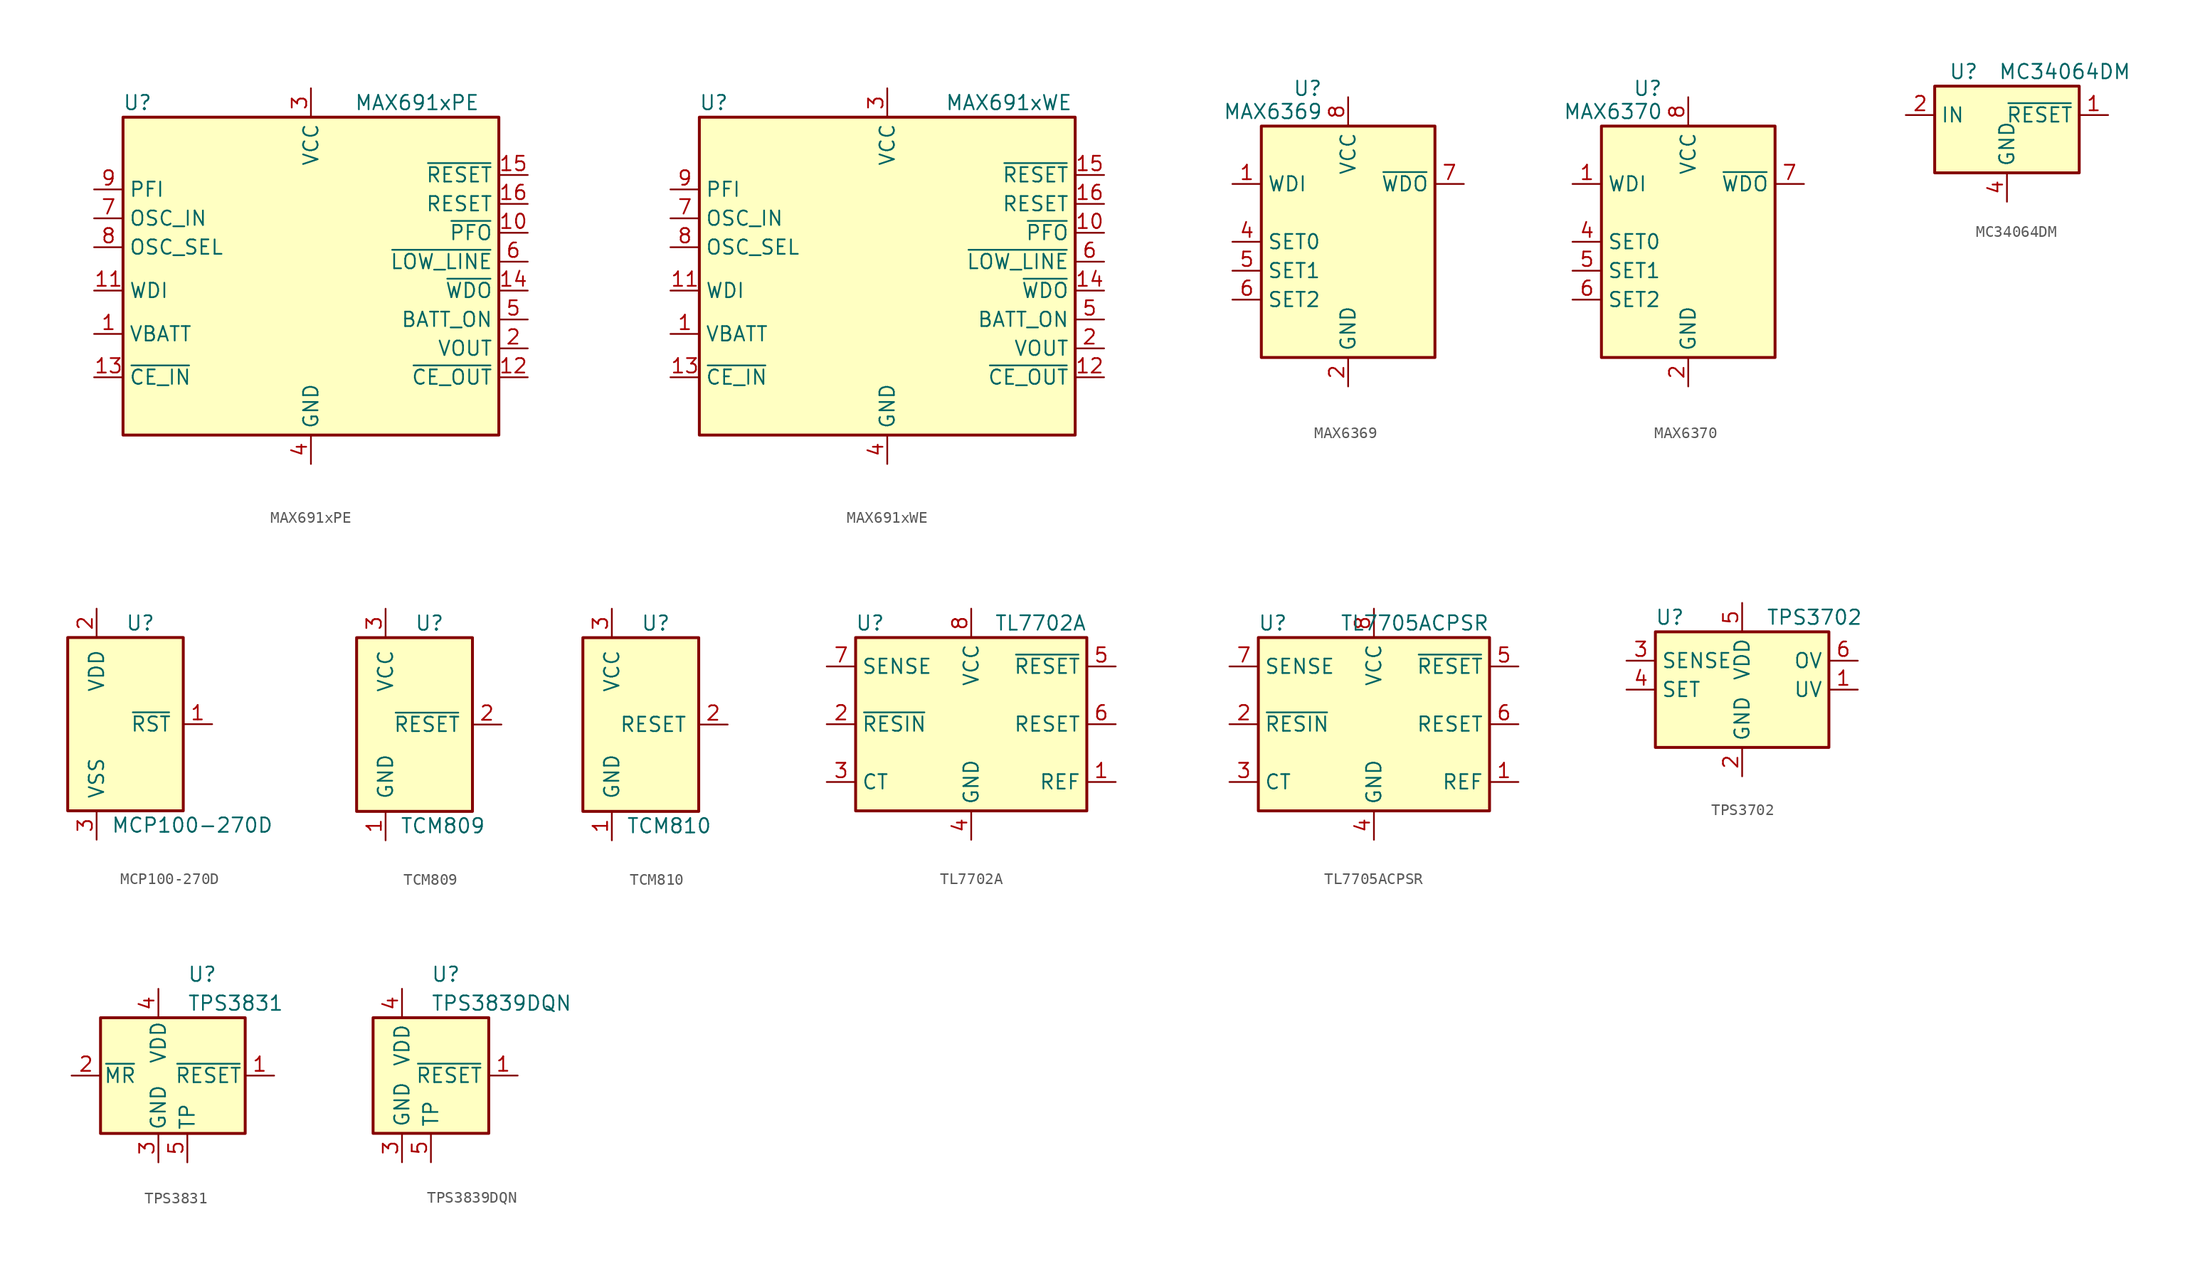
<source format=kicad_sym>
(kicad_symbol_lib
  (version 20201005)
  (generator kicad_symbol_editor)
  (symbol "MAX691xPE"
    (property "Reference" "U"
      (at -15.24 13.97 0)
      (effects (font (size 1.27 1.27))))
    (property "Value" "MAX691xPE"
      (at 3.81 13.97 0)
      (effects (font (size 1.27 1.27)) (justify left)))
    (symbol "MAX691xPE_0_1"
      (rectangle (start 16.51 12.7) (end -16.51 -15.24) (stroke (width 0.254)) (fill (type background))))
    (symbol "MAX691xPE_1_1"
      (pin power_in line (at -19.05 -6.35 0) (length 2.54) (name "VBATT" (effects (font (size 1.27 1.27)))) (number "1" (effects (font (size 1.27 1.27)))))
      (pin output line (at 19.05 2.54 180) (length 2.54) (name "~PFO" (effects (font (size 1.27 1.27)))) (number "10" (effects (font (size 1.27 1.27)))))
      (pin input line (at -19.05 -2.54 0) (length 2.54) (name "WDI" (effects (font (size 1.27 1.27)))) (number "11" (effects (font (size 1.27 1.27)))))
      (pin output line (at 19.05 -10.16 180) (length 2.54) (name "~CE_OUT" (effects (font (size 1.27 1.27)))) (number "12" (effects (font (size 1.27 1.27)))))
      (pin input line (at -19.05 -10.16 0) (length 2.54) (name "~CE_IN" (effects (font (size 1.27 1.27)))) (number "13" (effects (font (size 1.27 1.27)))))
      (pin output line (at 19.05 -2.54 180) (length 2.54) (name "~WDO" (effects (font (size 1.27 1.27)))) (number "14" (effects (font (size 1.27 1.27)))))
      (pin output line (at 19.05 7.62 180) (length 2.54) (name "~RESET" (effects (font (size 1.27 1.27)))) (number "15" (effects (font (size 1.27 1.27)))))
      (pin output line (at 19.05 5.08 180) (length 2.54) (name "RESET" (effects (font (size 1.27 1.27)))) (number "16" (effects (font (size 1.27 1.27)))))
      (pin power_out line (at 19.05 -7.62 180) (length 2.54) (name "VOUT" (effects (font (size 1.27 1.27)))) (number "2" (effects (font (size 1.27 1.27)))))
      (pin power_in line (at 0 15.24 270) (length 2.54) (name "VCC" (effects (font (size 1.27 1.27)))) (number "3" (effects (font (size 1.27 1.27)))))
      (pin power_in line (at 0 -17.78 90) (length 2.54) (name "GND" (effects (font (size 1.27 1.27)))) (number "4" (effects (font (size 1.27 1.27)))))
      (pin output line (at 19.05 -5.08 180) (length 2.54) (name "BATT_ON" (effects (font (size 1.27 1.27)))) (number "5" (effects (font (size 1.27 1.27)))))
      (pin output line (at 19.05 0 180) (length 2.54) (name "~LOW_LINE" (effects (font (size 1.27 1.27)))) (number "6" (effects (font (size 1.27 1.27)))))
      (pin input line (at -19.05 3.81 0) (length 2.54) (name "OSC_IN" (effects (font (size 1.27 1.27)))) (number "7" (effects (font (size 1.27 1.27)))))
      (pin input line (at -19.05 1.27 0) (length 2.54) (name "OSC_SEL" (effects (font (size 1.27 1.27)))) (number "8" (effects (font (size 1.27 1.27)))))
      (pin input line (at -19.05 6.35 0) (length 2.54) (name "PFI" (effects (font (size 1.27 1.27)))) (number "9" (effects (font (size 1.27 1.27)))))))
  (symbol "MAX691xWE"
    (property "Reference" "U"
      (at -15.24 13.97 0)
      (effects (font (size 1.27 1.27))))
    (property "Value" "MAX691xWE"
      (at 5.08 13.97 0)
      (effects (font (size 1.27 1.27)) (justify left)))
    (symbol "MAX691xWE_0_1"
      (rectangle (start 16.51 12.7) (end -16.51 -15.24) (stroke (width 0.254)) (fill (type background))))
    (symbol "MAX691xWE_1_1"
      (pin power_in line (at -19.05 -6.35 0) (length 2.54) (name "VBATT" (effects (font (size 1.27 1.27)))) (number "1" (effects (font (size 1.27 1.27)))))
      (pin output line (at 19.05 2.54 180) (length 2.54) (name "~PFO" (effects (font (size 1.27 1.27)))) (number "10" (effects (font (size 1.27 1.27)))))
      (pin input line (at -19.05 -2.54 0) (length 2.54) (name "WDI" (effects (font (size 1.27 1.27)))) (number "11" (effects (font (size 1.27 1.27)))))
      (pin output line (at 19.05 -10.16 180) (length 2.54) (name "~CE_OUT" (effects (font (size 1.27 1.27)))) (number "12" (effects (font (size 1.27 1.27)))))
      (pin input line (at -19.05 -10.16 0) (length 2.54) (name "~CE_IN" (effects (font (size 1.27 1.27)))) (number "13" (effects (font (size 1.27 1.27)))))
      (pin output line (at 19.05 -2.54 180) (length 2.54) (name "~WDO" (effects (font (size 1.27 1.27)))) (number "14" (effects (font (size 1.27 1.27)))))
      (pin output line (at 19.05 7.62 180) (length 2.54) (name "~RESET" (effects (font (size 1.27 1.27)))) (number "15" (effects (font (size 1.27 1.27)))))
      (pin output line (at 19.05 5.08 180) (length 2.54) (name "RESET" (effects (font (size 1.27 1.27)))) (number "16" (effects (font (size 1.27 1.27)))))
      (pin power_out line (at 19.05 -7.62 180) (length 2.54) (name "VOUT" (effects (font (size 1.27 1.27)))) (number "2" (effects (font (size 1.27 1.27)))))
      (pin power_in line (at 0 15.24 270) (length 2.54) (name "VCC" (effects (font (size 1.27 1.27)))) (number "3" (effects (font (size 1.27 1.27)))))
      (pin power_in line (at 0 -17.78 90) (length 2.54) (name "GND" (effects (font (size 1.27 1.27)))) (number "4" (effects (font (size 1.27 1.27)))))
      (pin output line (at 19.05 -5.08 180) (length 2.54) (name "BATT_ON" (effects (font (size 1.27 1.27)))) (number "5" (effects (font (size 1.27 1.27)))))
      (pin output line (at 19.05 0 180) (length 2.54) (name "~LOW_LINE" (effects (font (size 1.27 1.27)))) (number "6" (effects (font (size 1.27 1.27)))))
      (pin input line (at -19.05 3.81 0) (length 2.54) (name "OSC_IN" (effects (font (size 1.27 1.27)))) (number "7" (effects (font (size 1.27 1.27)))))
      (pin input line (at -19.05 1.27 0) (length 2.54) (name "OSC_SEL" (effects (font (size 1.27 1.27)))) (number "8" (effects (font (size 1.27 1.27)))))
      (pin input line (at -19.05 6.35 0) (length 2.54) (name "PFI" (effects (font (size 1.27 1.27)))) (number "9" (effects (font (size 1.27 1.27)))))))
  (symbol "MAX6369"
    (property "Reference" "U"
      (at -3.556 13.462 0)
      (effects (font (size 1.27 1.27))))
    (property "Value" "MAX6369"
      (at -6.604 11.43 0)
      (effects (font (size 1.27 1.27))))
    (symbol "MAX6369_0_1"
      (rectangle (start -7.62 10.16) (end 7.62 -10.16) (stroke (width 0.254)) (fill (type background))))
    (symbol "MAX6369_1_1"
      (pin input line (at -10.16 5.08 0) (length 2.54) (name "WDI" (effects (font (size 1.27 1.27)))) (number "1" (effects (font (size 1.27 1.27)))))
      (pin power_in line (at 0 -12.7 90) (length 2.54) (name "GND" (effects (font (size 1.27 1.27)))) (number "2" (effects (font (size 1.27 1.27)))))
      (pin no_connect line (at 7.62 -5.08 180) (length 2.54) hide (name "NC" (effects (font (size 1.27 1.27)))) (number "3" (effects (font (size 1.27 1.27)))))
      (pin input line (at -10.16 0 0) (length 2.54) (name "SET0" (effects (font (size 1.27 1.27)))) (number "4" (effects (font (size 1.27 1.27)))))
      (pin input line (at -10.16 -2.54 0) (length 2.54) (name "SET1" (effects (font (size 1.27 1.27)))) (number "5" (effects (font (size 1.27 1.27)))))
      (pin input line (at -10.16 -5.08 0) (length 2.54) (name "SET2" (effects (font (size 1.27 1.27)))) (number "6" (effects (font (size 1.27 1.27)))))
      (pin open_collector line (at 10.16 5.08 180) (length 2.54) (name "~WDO" (effects (font (size 1.27 1.27)))) (number "7" (effects (font (size 1.27 1.27)))))
      (pin power_in line (at 0 12.7 270) (length 2.54) (name "VCC" (effects (font (size 1.27 1.27)))) (number "8" (effects (font (size 1.27 1.27)))))))
  (symbol "MAX6370"
    (property "Reference" "U"
      (at -3.556 13.462 0)
      (effects (font (size 1.27 1.27))))
    (property "Value" "MAX6370"
      (at -6.604 11.43 0)
      (effects (font (size 1.27 1.27))))
    (symbol "MAX6370_0_1"
      (rectangle (start -7.62 10.16) (end 7.62 -10.16) (stroke (width 0.254)) (fill (type background))))
    (symbol "MAX6370_1_1"
      (pin input line (at -10.16 5.08 0) (length 2.54) (name "WDI" (effects (font (size 1.27 1.27)))) (number "1" (effects (font (size 1.27 1.27)))))
      (pin power_in line (at 0 -12.7 90) (length 2.54) (name "GND" (effects (font (size 1.27 1.27)))) (number "2" (effects (font (size 1.27 1.27)))))
      (pin no_connect line (at 7.62 -5.08 180) (length 2.54) hide (name "NC" (effects (font (size 1.27 1.27)))) (number "3" (effects (font (size 1.27 1.27)))))
      (pin input line (at -10.16 0 0) (length 2.54) (name "SET0" (effects (font (size 1.27 1.27)))) (number "4" (effects (font (size 1.27 1.27)))))
      (pin input line (at -10.16 -2.54 0) (length 2.54) (name "SET1" (effects (font (size 1.27 1.27)))) (number "5" (effects (font (size 1.27 1.27)))))
      (pin input line (at -10.16 -5.08 0) (length 2.54) (name "SET2" (effects (font (size 1.27 1.27)))) (number "6" (effects (font (size 1.27 1.27)))))
      (pin output line (at 10.16 5.08 180) (length 2.54) (name "~WDO" (effects (font (size 1.27 1.27)))) (number "7" (effects (font (size 1.27 1.27)))))
      (pin power_in line (at 0 12.7 270) (length 2.54) (name "VCC" (effects (font (size 1.27 1.27)))) (number "8" (effects (font (size 1.27 1.27)))))))
  (symbol "MC34064DM"
    (property "Reference" "U"
      (at -3.81 5.08 0)
      (effects (font (size 1.27 1.27))))
    (property "Value" "MC34064DM"
      (at 5.08 5.08 0)
      (effects (font (size 1.27 1.27))))
    (symbol "MC34064DM_0_1"
      (rectangle (start -6.35 -3.81) (end 6.35 3.81) (stroke (width 0.254)) (fill (type background))))
    (symbol "MC34064DM_1_1"
      (pin open_collector line (at 8.89 1.27 180) (length 2.54) (name "~RESET" (effects (font (size 1.27 1.27)))) (number "1" (effects (font (size 1.27 1.27)))))
      (pin input line (at -8.89 1.27 0) (length 2.54) (name "IN" (effects (font (size 1.27 1.27)))) (number "2" (effects (font (size 1.27 1.27)))))
      (pin no_connect line (at 6.35 -2.54 180) (length 2.54) hide (name "NC" (effects (font (size 1.27 1.27)))) (number "3" (effects (font (size 1.27 1.27)))))
      (pin power_in line (at 0 -6.35 90) (length 2.54) (name "GND" (effects (font (size 1.27 1.27)))) (number "4" (effects (font (size 1.27 1.27)))))
      (pin no_connect line (at 0 3.81 270) (length 2.54) hide (name "NC" (effects (font (size 1.27 1.27)))) (number "5" (effects (font (size 1.27 1.27)))))
      (pin no_connect line (at 2.54 3.81 270) (length 2.54) hide (name "NC" (effects (font (size 1.27 1.27)))) (number "6" (effects (font (size 1.27 1.27)))))
      (pin no_connect line (at -6.35 -2.54 0) (length 2.54) hide (name "NC" (effects (font (size 1.27 1.27)))) (number "7" (effects (font (size 1.27 1.27)))))
      (pin no_connect line (at -2.54 3.81 270) (length 2.54) hide (name "NC" (effects (font (size 1.27 1.27)))) (number "8" (effects (font (size 1.27 1.27)))))))
  (symbol "MCP100-270D"
    (pin_names
      (offset 1.016))
    (property "Reference" "U"
      (at 0 8.89 0)
      (effects (font (size 1.27 1.27)) (justify left)))
    (property "Value" "MCP100-270D"
      (at -1.27 -8.89 0)
      (effects (font (size 1.27 1.27)) (justify left)))
    (symbol "MCP100-270D_1_1"
      (rectangle (start -5.08 7.62) (end 5.08 -7.62) (stroke (width 0.254)) (fill (type background)))
      (pin output line (at 7.62 0 180) (length 2.54) (name "~RST" (effects (font (size 1.27 1.27)))) (number "1" (effects (font (size 1.27 1.27)))))
      (pin power_in line (at -2.54 10.16 270) (length 2.54) (name "VDD" (effects (font (size 1.27 1.27)))) (number "2" (effects (font (size 1.27 1.27)))))
      (pin power_in line (at -2.54 -10.16 90) (length 2.54) (name "VSS" (effects (font (size 1.27 1.27)))) (number "3" (effects (font (size 1.27 1.27)))))))
  (symbol "TCM809"
    (pin_names
      (offset 1.016))
    (property "Reference" "U"
      (at 0 8.89 0)
      (effects (font (size 1.27 1.27)) (justify left)))
    (property "Value" "TCM809"
      (at -1.27 -8.89 0)
      (effects (font (size 1.27 1.27)) (justify left)))
    (symbol "TCM809_1_1"
      (rectangle (start -5.08 7.62) (end 5.08 -7.62) (stroke (width 0.254)) (fill (type background)))
      (pin power_in line (at -2.54 -10.16 90) (length 2.54) (name "GND" (effects (font (size 1.27 1.27)))) (number "1" (effects (font (size 1.27 1.27)))))
      (pin output line (at 7.62 0 180) (length 2.54) (name "~RESET~" (effects (font (size 1.27 1.27)))) (number "2" (effects (font (size 1.27 1.27)))))
      (pin power_in line (at -2.54 10.16 270) (length 2.54) (name "VCC" (effects (font (size 1.27 1.27)))) (number "3" (effects (font (size 1.27 1.27)))))))
  (symbol "TCM810"
    (pin_names
      (offset 1.016))
    (property "Reference" "U"
      (at 0 8.89 0)
      (effects (font (size 1.27 1.27)) (justify left)))
    (property "Value" "TCM810"
      (at -1.27 -8.89 0)
      (effects (font (size 1.27 1.27)) (justify left)))
    (symbol "TCM810_1_1"
      (rectangle (start -5.08 7.62) (end 5.08 -7.62) (stroke (width 0.254)) (fill (type background)))
      (pin power_in line (at -2.54 -10.16 90) (length 2.54) (name "GND" (effects (font (size 1.27 1.27)))) (number "1" (effects (font (size 1.27 1.27)))))
      (pin output line (at 7.62 0 180) (length 2.54) (name "RESET" (effects (font (size 1.27 1.27)))) (number "2" (effects (font (size 1.27 1.27)))))
      (pin power_in line (at -2.54 10.16 270) (length 2.54) (name "VCC" (effects (font (size 1.27 1.27)))) (number "3" (effects (font (size 1.27 1.27)))))))
  (symbol "TL7702A"
    (property "Reference" "U"
      (at -8.89 8.89 0)
      (effects (font (size 1.27 1.27))))
    (property "Value" "TL7702A"
      (at 10.16 8.89 0)
      (effects (font (size 1.27 1.27)) (justify right)))
    (symbol "TL7702A_0_1"
      (rectangle (start -10.16 7.62) (end 10.16 -7.62) (stroke (width 0.254)) (fill (type background))))
    (symbol "TL7702A_1_1"
      (pin output line (at 12.7 -5.08 180) (length 2.54) (name "REF" (effects (font (size 1.27 1.27)))) (number "1" (effects (font (size 1.27 1.27)))))
      (pin input line (at -12.7 0 0) (length 2.54) (name "~RESIN" (effects (font (size 1.27 1.27)))) (number "2" (effects (font (size 1.27 1.27)))))
      (pin passive line (at -12.7 -5.08 0) (length 2.54) (name "CT" (effects (font (size 1.27 1.27)))) (number "3" (effects (font (size 1.27 1.27)))))
      (pin power_in line (at 0 -10.16 90) (length 2.54) (name "GND" (effects (font (size 1.27 1.27)))) (number "4" (effects (font (size 1.27 1.27)))))
      (pin open_collector line (at 12.7 5.08 180) (length 2.54) (name "~RESET" (effects (font (size 1.27 1.27)))) (number "5" (effects (font (size 1.27 1.27)))))
      (pin open_collector line (at 12.7 0 180) (length 2.54) (name "RESET" (effects (font (size 1.27 1.27)))) (number "6" (effects (font (size 1.27 1.27)))))
      (pin input line (at -12.7 5.08 0) (length 2.54) (name "SENSE" (effects (font (size 1.27 1.27)))) (number "7" (effects (font (size 1.27 1.27)))))
      (pin power_in line (at 0 10.16 270) (length 2.54) (name "VCC" (effects (font (size 1.27 1.27)))) (number "8" (effects (font (size 1.27 1.27)))))))
  (symbol "TL7705ACPSR"
    (property "Reference" "U"
      (at -8.89 8.89 0)
      (effects (font (size 1.27 1.27))))
    (property "Value" "TL7705ACPSR"
      (at 10.16 8.89 0)
      (effects (font (size 1.27 1.27)) (justify right)))
    (symbol "TL7705ACPSR_0_1"
      (rectangle (start -10.16 7.62) (end 10.16 -7.62) (stroke (width 0.254)) (fill (type background))))
    (symbol "TL7705ACPSR_1_1"
      (pin output line (at 12.7 -5.08 180) (length 2.54) (name "REF" (effects (font (size 1.27 1.27)))) (number "1" (effects (font (size 1.27 1.27)))))
      (pin input line (at -12.7 0 0) (length 2.54) (name "~RESIN" (effects (font (size 1.27 1.27)))) (number "2" (effects (font (size 1.27 1.27)))))
      (pin passive line (at -12.7 -5.08 0) (length 2.54) (name "CT" (effects (font (size 1.27 1.27)))) (number "3" (effects (font (size 1.27 1.27)))))
      (pin power_in line (at 0 -10.16 90) (length 2.54) (name "GND" (effects (font (size 1.27 1.27)))) (number "4" (effects (font (size 1.27 1.27)))))
      (pin open_collector line (at 12.7 5.08 180) (length 2.54) (name "~RESET" (effects (font (size 1.27 1.27)))) (number "5" (effects (font (size 1.27 1.27)))))
      (pin open_collector line (at 12.7 0 180) (length 2.54) (name "RESET" (effects (font (size 1.27 1.27)))) (number "6" (effects (font (size 1.27 1.27)))))
      (pin input line (at -12.7 5.08 0) (length 2.54) (name "SENSE" (effects (font (size 1.27 1.27)))) (number "7" (effects (font (size 1.27 1.27)))))
      (pin power_in line (at 0 10.16 270) (length 2.54) (name "VCC" (effects (font (size 1.27 1.27)))) (number "8" (effects (font (size 1.27 1.27)))))))
  (symbol "TPS3702"
    (property "Reference" "U"
      (at -6.35 6.35 0)
      (effects (font (size 1.27 1.27))))
    (property "Value" "TPS3702"
      (at 6.35 6.35 0)
      (effects (font (size 1.27 1.27))))
    (symbol "TPS3702_0_1"
      (rectangle (start -7.62 5.08) (end 7.62 -5.08) (stroke (width 0.254)) (fill (type background))))
    (symbol "TPS3702_1_1"
      (pin output line (at 10.16 0 180) (length 2.54) (name "UV" (effects (font (size 1.27 1.27)))) (number "1" (effects (font (size 1.27 1.27)))))
      (pin power_in line (at 0 -7.62 90) (length 2.54) (name "GND" (effects (font (size 1.27 1.27)))) (number "2" (effects (font (size 1.27 1.27)))))
      (pin input line (at -10.16 2.54 0) (length 2.54) (name "SENSE" (effects (font (size 1.27 1.27)))) (number "3" (effects (font (size 1.27 1.27)))))
      (pin input line (at -10.16 0 0) (length 2.54) (name "SET" (effects (font (size 1.27 1.27)))) (number "4" (effects (font (size 1.27 1.27)))))
      (pin power_in line (at 0 7.62 270) (length 2.54) (name "VDD" (effects (font (size 1.27 1.27)))) (number "5" (effects (font (size 1.27 1.27)))))
      (pin output line (at 10.16 2.54 180) (length 2.54) (name "OV" (effects (font (size 1.27 1.27)))) (number "6" (effects (font (size 1.27 1.27)))))))
  (symbol "TPS3831"
    (pin_names
      (offset 0.254))
    (property "Reference" "U"
      (at 2.54 8.89 0)
      (effects (font (size 1.27 1.27)) (justify left)))
    (property "Value" "TPS3831"
      (at 2.54 6.35 0)
      (effects (font (size 1.27 1.27)) (justify left)))
    (symbol "TPS3831_0_1"
      (rectangle (start -5.08 5.08) (end 7.62 -5.08) (stroke (width 0.254)) (fill (type background))))
    (symbol "TPS3831_1_1"
      (pin output line (at 10.16 0 180) (length 2.54) (name "~RESET" (effects (font (size 1.27 1.27)))) (number "1" (effects (font (size 1.27 1.27)))))
      (pin input line (at -7.62 0 0) (length 2.54) (name "~MR" (effects (font (size 1.27 1.27)))) (number "2" (effects (font (size 1.27 1.27)))))
      (pin power_in line (at 0 -7.62 90) (length 2.54) (name "GND" (effects (font (size 1.27 1.27)))) (number "3" (effects (font (size 1.27 1.27)))))
      (pin power_in line (at 0 7.62 270) (length 2.54) (name "VDD" (effects (font (size 1.27 1.27)))) (number "4" (effects (font (size 1.27 1.27)))))
      (pin power_in line (at 2.54 -7.62 90) (length 2.54) (name "TP" (effects (font (size 1.27 1.27)))) (number "5" (effects (font (size 1.27 1.27)))))))
  (symbol "TPS3839DQN"
    (property "Reference" "U"
      (at 2.54 8.89 0)
      (effects (font (size 1.27 1.27)) (justify left)))
    (property "Value" "TPS3839DQN"
      (at 2.54 6.35 0)
      (effects (font (size 1.27 1.27)) (justify left)))
    (symbol "TPS3839DQN_0_1"
      (rectangle (start -2.54 5.08) (end 7.62 -5.08) (stroke (width 0.254)) (fill (type background))))
    (symbol "TPS3839DQN_1_1"
      (pin output line (at 10.16 0 180) (length 2.54) (name "~RESET" (effects (font (size 1.27 1.27)))) (number "1" (effects (font (size 1.27 1.27)))))
      (pin no_connect line (at -2.54 0 0) (length 2.54) hide (name "NC" (effects (font (size 1.27 1.27)))) (number "2" (effects (font (size 1.27 1.27)))))
      (pin power_in line (at 0 -7.62 90) (length 2.54) (name "GND" (effects (font (size 1.27 1.27)))) (number "3" (effects (font (size 1.27 1.27)))))
      (pin power_in line (at 0 7.62 270) (length 2.54) (name "VDD" (effects (font (size 1.27 1.27)))) (number "4" (effects (font (size 1.27 1.27)))))
      (pin power_in line (at 2.54 -7.62 90) (length 2.54) (name "TP" (effects (font (size 1.27 1.27)))) (number "5" (effects (font (size 1.27 1.27))))))))
</source>
